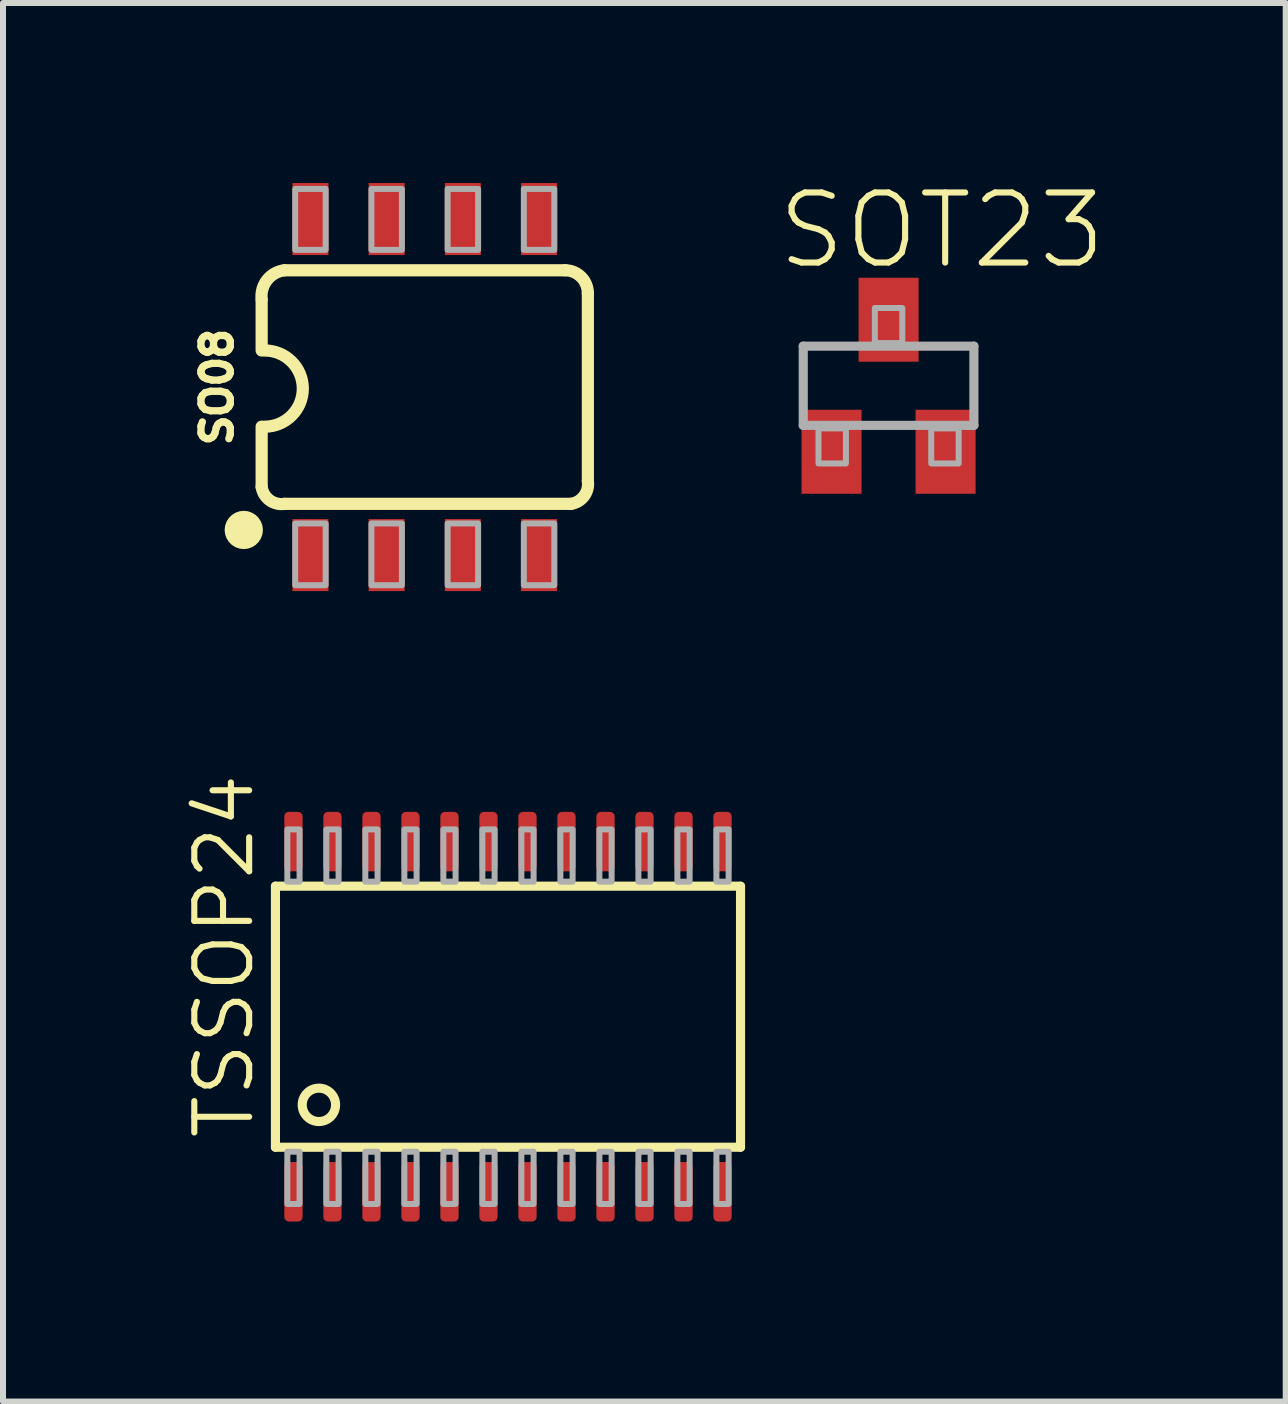
<source format=kicad_pcb>
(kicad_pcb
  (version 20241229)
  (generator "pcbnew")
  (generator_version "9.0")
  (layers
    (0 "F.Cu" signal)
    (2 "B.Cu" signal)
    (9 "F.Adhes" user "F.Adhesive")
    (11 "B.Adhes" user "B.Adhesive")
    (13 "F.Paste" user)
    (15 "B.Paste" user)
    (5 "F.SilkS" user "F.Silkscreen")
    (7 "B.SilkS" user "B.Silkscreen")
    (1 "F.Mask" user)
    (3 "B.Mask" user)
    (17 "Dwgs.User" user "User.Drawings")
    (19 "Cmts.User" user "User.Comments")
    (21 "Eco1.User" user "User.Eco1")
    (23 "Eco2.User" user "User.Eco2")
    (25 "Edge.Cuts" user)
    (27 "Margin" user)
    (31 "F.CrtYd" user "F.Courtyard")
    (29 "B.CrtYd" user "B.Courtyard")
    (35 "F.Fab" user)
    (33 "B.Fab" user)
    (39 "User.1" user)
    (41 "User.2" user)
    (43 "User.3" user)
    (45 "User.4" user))
  (footprint "TSSOP24"
    (layer "F.Cu")
    (at 5.415 13.892)
    (property "Reference" "TSSOP24" (at -4.196 2.083 90) (unlocked yes) (layer "F.SilkS") (effects (font (size 0.914 0.914) (thickness 0.102)) (justify left bottom)))
    (fp_line (start -3.875 2.175) (end -3.875 -2.175) (stroke (width 0.152) (type solid)) (layer "F.SilkS"))
    (fp_line (start -3.875 2.175) (end 3.875 2.175) (stroke (width 0.152) (type solid)) (layer "F.SilkS"))
    (fp_line (start 3.875 -2.175) (end -3.875 -2.175) (stroke (width 0.152) (type solid)) (layer "F.SilkS"))
    (fp_line (start 3.875 -2.175) (end 3.875 2.175) (stroke (width 0.152) (type solid)) (layer "F.SilkS"))
    (fp_circle (center -3.151 1.469) (end -2.873 1.469) (stroke (width 0.152) (type solid)) (fill no) (layer "F.SilkS"))
    (fp_poly (pts (xy -3.677 -2.25) (xy -3.473 -2.25) (xy -3.473 -3.121) (xy -3.677 -3.121)) (stroke (width 0.1) (type default)) (fill no) (layer "F.Fab"))
    (fp_poly (pts (xy -3.677 3.121) (xy -3.473 3.121) (xy -3.473 2.25) (xy -3.677 2.25)) (stroke (width 0.1) (type default)) (fill no) (layer "F.Fab"))
    (fp_poly (pts (xy -3.027 -2.25) (xy -2.823 -2.25) (xy -2.823 -3.121) (xy -3.027 -3.121)) (stroke (width 0.1) (type default)) (fill no) (layer "F.Fab"))
    (fp_poly (pts (xy -3.027 3.121) (xy -2.823 3.121) (xy -2.823 2.25) (xy -3.027 2.25)) (stroke (width 0.1) (type default)) (fill no) (layer "F.Fab"))
    (fp_poly (pts (xy -2.377 -2.25) (xy -2.173 -2.25) (xy -2.173 -3.121) (xy -2.377 -3.121)) (stroke (width 0.1) (type default)) (fill no) (layer "F.Fab"))
    (fp_poly (pts (xy -2.377 3.121) (xy -2.173 3.121) (xy -2.173 2.25) (xy -2.377 2.25)) (stroke (width 0.1) (type default)) (fill no) (layer "F.Fab"))
    (fp_poly (pts (xy -1.727 -2.25) (xy -1.523 -2.25) (xy -1.523 -3.121) (xy -1.727 -3.121)) (stroke (width 0.1) (type default)) (fill no) (layer "F.Fab"))
    (fp_poly (pts (xy -1.727 3.121) (xy -1.523 3.121) (xy -1.523 2.25) (xy -1.727 2.25)) (stroke (width 0.1) (type default)) (fill no) (layer "F.Fab"))
    (fp_poly (pts (xy -1.077 -2.25) (xy -0.873 -2.25) (xy -0.873 -3.121) (xy -1.077 -3.121)) (stroke (width 0.1) (type default)) (fill no) (layer "F.Fab"))
    (fp_poly (pts (xy -1.077 3.121) (xy -0.873 3.121) (xy -0.873 2.25) (xy -1.077 2.25)) (stroke (width 0.1) (type default)) (fill no) (layer "F.Fab"))
    (fp_poly (pts (xy -0.427 -2.25) (xy -0.223 -2.25) (xy -0.223 -3.121) (xy -0.427 -3.121)) (stroke (width 0.1) (type default)) (fill no) (layer "F.Fab"))
    (fp_poly (pts (xy -0.427 3.121) (xy -0.223 3.121) (xy -0.223 2.25) (xy -0.427 2.25)) (stroke (width 0.1) (type default)) (fill no) (layer "F.Fab"))
    (fp_poly (pts (xy 0.223 -2.25) (xy 0.427 -2.25) (xy 0.427 -3.121) (xy 0.223 -3.121)) (stroke (width 0.1) (type default)) (fill no) (layer "F.Fab"))
    (fp_poly (pts (xy 0.223 3.121) (xy 0.427 3.121) (xy 0.427 2.25) (xy 0.223 2.25)) (stroke (width 0.1) (type default)) (fill no) (layer "F.Fab"))
    (fp_poly (pts (xy 0.873 -2.25) (xy 1.077 -2.25) (xy 1.077 -3.121) (xy 0.873 -3.121)) (stroke (width 0.1) (type default)) (fill no) (layer "F.Fab"))
    (fp_poly (pts (xy 0.873 3.121) (xy 1.077 3.121) (xy 1.077 2.25) (xy 0.873 2.25)) (stroke (width 0.1) (type default)) (fill no) (layer "F.Fab"))
    (fp_poly (pts (xy 1.523 -2.25) (xy 1.727 -2.25) (xy 1.727 -3.121) (xy 1.523 -3.121)) (stroke (width 0.1) (type default)) (fill no) (layer "F.Fab"))
    (fp_poly (pts (xy 1.523 3.121) (xy 1.727 3.121) (xy 1.727 2.25) (xy 1.523 2.25)) (stroke (width 0.1) (type default)) (fill no) (layer "F.Fab"))
    (fp_poly (pts (xy 2.173 -2.25) (xy 2.377 -2.25) (xy 2.377 -3.121) (xy 2.173 -3.121)) (stroke (width 0.1) (type default)) (fill no) (layer "F.Fab"))
    (fp_poly (pts (xy 2.173 3.121) (xy 2.377 3.121) (xy 2.377 2.25) (xy 2.173 2.25)) (stroke (width 0.1) (type default)) (fill no) (layer "F.Fab"))
    (fp_poly (pts (xy 2.823 -2.25) (xy 3.027 -2.25) (xy 3.027 -3.121) (xy 2.823 -3.121)) (stroke (width 0.1) (type default)) (fill no) (layer "F.Fab"))
    (fp_poly (pts (xy 2.823 3.121) (xy 3.027 3.121) (xy 3.027 2.25) (xy 2.823 2.25)) (stroke (width 0.1) (type default)) (fill no) (layer "F.Fab"))
    (fp_poly (pts (xy 3.473 -2.25) (xy 3.677 -2.25) (xy 3.677 -3.121) (xy 3.473 -3.121)) (stroke (width 0.1) (type default)) (fill no) (layer "F.Fab"))
    (fp_poly (pts (xy 3.473 3.121) (xy 3.677 3.121) (xy 3.677 2.25) (xy 3.473 2.25)) (stroke (width 0.1) (type default)) (fill no) (layer "F.Fab"))
    (pad "1" smd roundrect (at -3.575 2.918) (size 0.305 0.991) (layers "F.Cu" "F.Mask" "F.Paste") (roundrect_rratio 0.25))
    (pad "2" smd roundrect (at -2.925 2.918) (size 0.305 0.991) (layers "F.Cu" "F.Mask" "F.Paste") (roundrect_rratio 0.25))
    (pad "3" smd roundrect (at -2.275 2.918) (size 0.305 0.991) (layers "F.Cu" "F.Mask" "F.Paste") (roundrect_rratio 0.25))
    (pad "4" smd roundrect (at -1.625 2.918) (size 0.305 0.991) (layers "F.Cu" "F.Mask" "F.Paste") (roundrect_rratio 0.25))
    (pad "5" smd roundrect (at -0.975 2.918) (size 0.305 0.991) (layers "F.Cu" "F.Mask" "F.Paste") (roundrect_rratio 0.25))
    (pad "6" smd roundrect (at -0.325 2.918) (size 0.305 0.991) (layers "F.Cu" "F.Mask" "F.Paste") (roundrect_rratio 0.25))
    (pad "7" smd roundrect (at 0.325 2.918) (size 0.305 0.991) (layers "F.Cu" "F.Mask" "F.Paste") (roundrect_rratio 0.25))
    (pad "8" smd roundrect (at 0.975 2.918) (size 0.305 0.991) (layers "F.Cu" "F.Mask" "F.Paste") (roundrect_rratio 0.25))
    (pad "9" smd roundrect (at 1.625 2.918) (size 0.305 0.991) (layers "F.Cu" "F.Mask" "F.Paste") (roundrect_rratio 0.25))
    (pad "10" smd roundrect (at 2.275 2.918) (size 0.305 0.991) (layers "F.Cu" "F.Mask" "F.Paste") (roundrect_rratio 0.25))
    (pad "11" smd roundrect (at 2.925 2.918) (size 0.305 0.991) (layers "F.Cu" "F.Mask" "F.Paste") (roundrect_rratio 0.25))
    (pad "12" smd roundrect (at 3.575 2.918) (size 0.305 0.991) (layers "F.Cu" "F.Mask" "F.Paste") (roundrect_rratio 0.25))
    (pad "13" smd roundrect (at 3.575 -2.918) (size 0.305 0.991) (layers "F.Cu" "F.Mask" "F.Paste") (roundrect_rratio 0.25))
    (pad "14" smd roundrect (at 2.925 -2.918) (size 0.305 0.991) (layers "F.Cu" "F.Mask" "F.Paste") (roundrect_rratio 0.25))
    (pad "15" smd roundrect (at 2.275 -2.918) (size 0.305 0.991) (layers "F.Cu" "F.Mask" "F.Paste") (roundrect_rratio 0.25))
    (pad "16" smd roundrect (at 1.625 -2.918) (size 0.305 0.991) (layers "F.Cu" "F.Mask" "F.Paste") (roundrect_rratio 0.25))
    (pad "17" smd roundrect (at 0.975 -2.918) (size 0.305 0.991) (layers "F.Cu" "F.Mask" "F.Paste") (roundrect_rratio 0.25))
    (pad "18" smd roundrect (at 0.325 -2.918) (size 0.305 0.991) (layers "F.Cu" "F.Mask" "F.Paste") (roundrect_rratio 0.25))
    (pad "19" smd roundrect (at -0.325 -2.918) (size 0.305 0.991) (layers "F.Cu" "F.Mask" "F.Paste") (roundrect_rratio 0.25))
    (pad "20" smd roundrect (at -0.975 -2.918) (size 0.305 0.991) (layers "F.Cu" "F.Mask" "F.Paste") (roundrect_rratio 0.25))
    (pad "21" smd roundrect (at -1.625 -2.918) (size 0.305 0.991) (layers "F.Cu" "F.Mask" "F.Paste") (roundrect_rratio 0.25))
    (pad "22" smd roundrect (at -2.275 -2.918) (size 0.305 0.991) (layers "F.Cu" "F.Mask" "F.Paste") (roundrect_rratio 0.25))
    (pad "23" smd roundrect (at -2.925 -2.918) (size 0.305 0.991) (layers "F.Cu" "F.Mask" "F.Paste") (roundrect_rratio 0.25))
    (pad "24" smd roundrect (at -3.575 -2.918) (size 0.305 0.991) (layers "F.Cu" "F.Mask" "F.Paste") (roundrect_rratio 0.25)))
  (footprint "SO08"
    (layer "F.Cu")
    (at 4.028 3.4)
    (property "Reference" "SO08" (at -3.175 0 90) (unlocked yes) (layer "F.SilkS") (effects (font (size 0.488 0.488) (thickness 0.122)) (justify bottom)))
    (fp_line (start -2.718 -1.453) (end -2.718 -0.61) (stroke (width 0.203) (type solid)) (layer "F.SilkS"))
    (fp_line (start -2.718 1.665) (end -2.718 0.66) (stroke (width 0.203) (type solid)) (layer "F.SilkS"))
    (fp_line (start -2.337 1.946) (end 2.437 1.946) (stroke (width 0.203) (type solid)) (layer "F.SilkS"))
    (fp_line (start 2.337 -1.946) (end -2.337 -1.946) (stroke (width 0.203) (type solid)) (layer "F.SilkS"))
    (fp_line (start 2.718 1.565) (end 2.718 -1.565) (stroke (width 0.203) (type solid)) (layer "F.SilkS"))
    (fp_arc (start -2.7178 -1.4653) (mid -2.626948 -1.784731) (end -2.3368 -1.9463) (stroke (width 0.2032) (type solid)) (layer "F.SilkS"))
    (fp_arc (start -2.667 -0.6096) (mid -2.032 0.0254) (end -2.667 0.6604) (stroke (width 0.2032) (type solid)) (layer "F.SilkS"))
    (fp_arc (start -2.336799 1.946301) (mid -2.58554 1.884767) (end -2.7178 1.6653) (stroke (width 0.2032) (type solid)) (layer "F.SilkS"))
    (fp_arc (start 2.3368 -1.9463) (mid 2.606237 -1.834736) (end 2.7178 -1.565298) (stroke (width 0.2032) (type solid)) (layer "F.SilkS"))
    (fp_arc (start 2.7178 1.5653) (mid 2.656208 1.813997) (end 2.4368 1.9463) (stroke (width 0.2032) (type solid)) (layer "F.SilkS"))
    (fp_poly (pts (xy -2.945 2.07) (xy -2.878 2.094) (xy -2.817 2.132) (xy -2.767 2.182) (xy -2.729 2.243) (xy -2.705 2.31) (xy -2.697 2.381) (xy -2.705 2.452) (xy -2.729 2.52) (xy -2.767 2.58) (xy -2.817 2.63) (xy -2.878 2.668) (xy -2.945 2.692) (xy -3.016 2.7) (xy -3.087 2.692) (xy -3.155 2.668) (xy -3.215 2.63) (xy -3.265 2.58) (xy -3.303 2.52) (xy -3.327 2.452) (xy -3.335 2.381) (xy -3.327 2.31) (xy -3.303 2.243) (xy -3.265 2.182) (xy -3.215 2.132) (xy -3.155 2.094) (xy -3.087 2.07) (xy -3.016 2.062)) (stroke (width 0) (type default)) (fill yes) (layer "F.SilkS"))
    (fp_poly (pts (xy -2.159 -2.286) (xy -1.651 -2.286) (xy -1.651 -3.302) (xy -2.159 -3.302)) (stroke (width 0.1) (type default)) (fill no) (layer "F.Fab"))
    (fp_poly (pts (xy -2.159 3.302) (xy -1.651 3.302) (xy -1.651 2.273) (xy -2.159 2.273)) (stroke (width 0.1) (type default)) (fill no) (layer "F.Fab"))
    (fp_poly (pts (xy -0.889 -2.286) (xy -0.381 -2.286) (xy -0.381 -3.302) (xy -0.889 -3.302)) (stroke (width 0.1) (type default)) (fill no) (layer "F.Fab"))
    (fp_poly (pts (xy -0.889 3.302) (xy -0.381 3.302) (xy -0.381 2.273) (xy -0.889 2.273)) (stroke (width 0.1) (type default)) (fill no) (layer "F.Fab"))
    (fp_poly (pts (xy 0.381 -2.286) (xy 0.889 -2.286) (xy 0.889 -3.302) (xy 0.381 -3.302)) (stroke (width 0.1) (type default)) (fill no) (layer "F.Fab"))
    (fp_poly (pts (xy 0.381 3.302) (xy 0.889 3.302) (xy 0.889 2.273) (xy 0.381 2.273)) (stroke (width 0.1) (type default)) (fill no) (layer "F.Fab"))
    (fp_poly (pts (xy 1.651 -2.286) (xy 2.159 -2.286) (xy 2.159 -3.302) (xy 1.651 -3.302)) (stroke (width 0.1) (type default)) (fill no) (layer "F.Fab"))
    (fp_poly (pts (xy 1.651 3.302) (xy 2.159 3.302) (xy 2.159 2.273) (xy 1.651 2.273)) (stroke (width 0.1) (type default)) (fill no) (layer "F.Fab"))
    (pad "1" smd rect (at -1.905 2.8) (size 0.6 1.2) (layers "F.Cu" "F.Mask" "F.Paste"))
    (pad "2" smd rect (at -0.635 2.8) (size 0.6 1.2) (layers "F.Cu" "F.Mask" "F.Paste"))
    (pad "3" smd rect (at 0.635 2.8) (size 0.6 1.2) (layers "F.Cu" "F.Mask" "F.Paste"))
    (pad "4" smd rect (at 1.905 2.8) (size 0.6 1.2) (layers "F.Cu" "F.Mask" "F.Paste"))
    (pad "5" smd rect (at 1.905 -2.8) (size 0.6 1.2) (layers "F.Cu" "F.Mask" "F.Paste"))
    (pad "6" smd rect (at 0.635 -2.8) (size 0.6 1.2) (layers "F.Cu" "F.Mask" "F.Paste"))
    (pad "7" smd rect (at -0.635 -2.8) (size 0.6 1.2) (layers "F.Cu" "F.Mask" "F.Paste"))
    (pad "8" smd rect (at -1.905 -2.8) (size 0.6 1.2) (layers "F.Cu" "F.Mask" "F.Paste")))
  (footprint "SOT23"
    (layer "F.Cu")
    (at 11.757 3.378)
    (property "Reference" "SOT23" (at -1.905 -1.905 0) (unlocked yes) (layer "F.SilkS") (effects (font (size 1.168 1.168) (thickness 0.102)) (justify left bottom)))
    (fp_line (start -1.422 -0.66) (end 1.422 -0.66) (stroke (width 0.152) (type solid)) (layer "F.Fab"))
    (fp_line (start -1.422 0.66) (end -1.422 -0.66) (stroke (width 0.152) (type solid)) (layer "F.Fab"))
    (fp_line (start 1.422 -0.66) (end 1.422 0.66) (stroke (width 0.152) (type solid)) (layer "F.Fab"))
    (fp_line (start 1.422 0.66) (end -1.422 0.66) (stroke (width 0.152) (type solid)) (layer "F.Fab"))
    (fp_poly (pts (xy -1.168 1.295) (xy -0.711 1.295) (xy -0.711 0.711) (xy -1.168 0.711)) (stroke (width 0.1) (type default)) (fill no) (layer "F.Fab"))
    (fp_poly (pts (xy -0.229 -0.711) (xy 0.229 -0.711) (xy 0.229 -1.295) (xy -0.229 -1.295)) (stroke (width 0.1) (type default)) (fill no) (layer "F.Fab"))
    (fp_poly (pts (xy 0.711 1.295) (xy 1.168 1.295) (xy 1.168 0.711) (xy 0.711 0.711)) (stroke (width 0.1) (type default)) (fill no) (layer "F.Fab"))
    (pad "1" smd rect (at -0.95 1.1) (size 1 1.4) (layers "F.Cu" "F.Mask" "F.Paste"))
    (pad "2" smd rect (at 0.95 1.1) (size 1 1.4) (layers "F.Cu" "F.Mask" "F.Paste"))
    (pad "3" smd rect (at 0 -1.1) (size 1 1.4) (layers "F.Cu" "F.Mask" "F.Paste")))
  (gr_rect
    (start -3 -3)
    (end 18.375 20.305)
    (stroke (width 0.1) (type default))
    (fill no)
    (layer "Edge.Cuts")))
</source>
